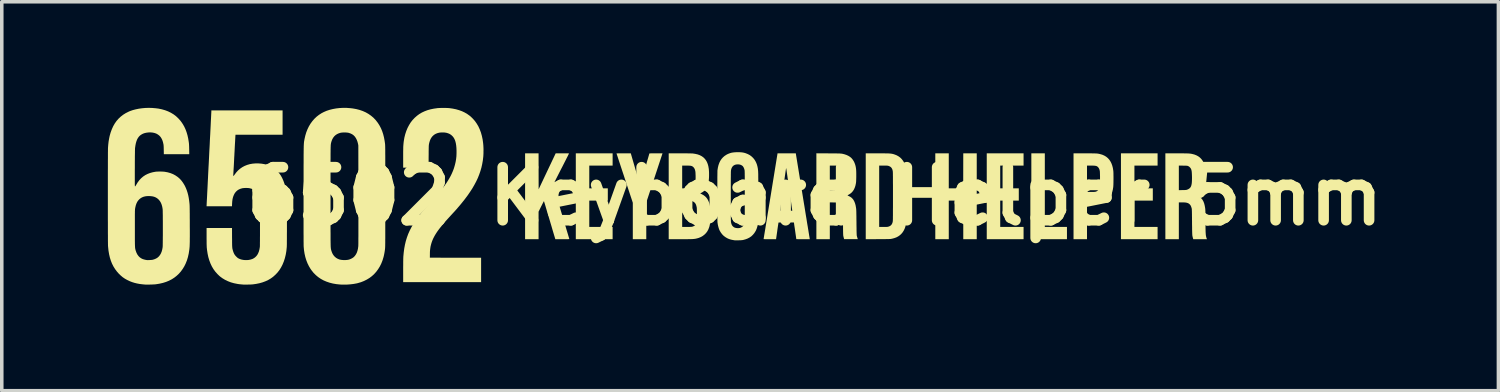
<source format=kicad_pcb>
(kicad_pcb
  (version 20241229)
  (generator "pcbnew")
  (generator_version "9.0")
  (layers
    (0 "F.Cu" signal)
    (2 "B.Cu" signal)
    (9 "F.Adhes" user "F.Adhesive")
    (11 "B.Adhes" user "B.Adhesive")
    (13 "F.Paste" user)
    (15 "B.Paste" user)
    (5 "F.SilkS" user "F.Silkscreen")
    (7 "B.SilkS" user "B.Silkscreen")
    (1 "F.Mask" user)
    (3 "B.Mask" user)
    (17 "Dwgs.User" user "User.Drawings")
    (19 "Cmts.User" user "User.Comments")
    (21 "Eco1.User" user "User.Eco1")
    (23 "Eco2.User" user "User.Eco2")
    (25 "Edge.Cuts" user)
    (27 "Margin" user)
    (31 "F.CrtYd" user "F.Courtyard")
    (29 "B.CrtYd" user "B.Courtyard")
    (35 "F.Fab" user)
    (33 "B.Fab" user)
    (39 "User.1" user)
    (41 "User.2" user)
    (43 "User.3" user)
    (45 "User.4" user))
  (footprint "6502 Keyboard Helper 5mm"
    (layer "F.Cu")
    (at 19.987 2.5)
    (property "Reference" "6502 Keyboard Helper 5mm" (at 0 0 0) (layer "F.SilkS") (effects (font (size 1.5 1.5) (thickness 0.3))))
    (attr board_only exclude_from_pos_files exclude_from_bom)
    (fp_poly (pts (xy 6.509 -0.173) (xy 6.509 0.867) (xy 6.822 0.867) (xy 7.135 0.867) (xy 7.135 1.041) (xy 7.135 1.214) (xy 6.631 1.214) (xy 6.128 1.214) (xy 6.128 0) (xy 6.128 -1.214) (xy 6.318 -1.214) (xy 6.509 -1.214)) (stroke (width 0) (type solid)) (fill yes) (layer "F.SilkS"))
    (fp_poly (pts (xy -5.713 -1.041) (xy -5.713 -0.867) (xy -6.043 -0.867) (xy -6.373 -0.867) (xy -6.373 -0.546) (xy -6.373 -0.224) (xy -6.111 -0.224) (xy -5.849 -0.224) (xy -5.849 -0.051) (xy -5.849 0.123) (xy -6.111 0.123) (xy -6.373 0.123) (xy -6.373 0.495) (xy -6.373 0.867) (xy -6.043 0.867) (xy -5.713 0.867) (xy -5.713 1.041) (xy -5.713 1.214) (xy -6.234 1.214) (xy -6.754 1.214) (xy -6.754 0) (xy -6.754 -1.214) (xy -6.234 -1.214) (xy -5.713 -1.214)) (stroke (width 0) (type solid)) (fill yes) (layer "F.SilkS"))
    (fp_poly (pts (xy 3.793 -0.719) (xy 3.793 -0.224) (xy 3.997 -0.225) (xy 4.201 -0.226) (xy 4.202 -0.72) (xy 4.203 -1.214) (xy 4.393 -1.214) (xy 4.584 -1.214) (xy 4.584 0) (xy 4.584 1.214) (xy 4.393 1.214) (xy 4.203 1.214) (xy 4.203 0.668) (xy 4.203 0.123) (xy 3.998 0.123) (xy 3.793 0.123) (xy 3.793 0.668) (xy 3.793 1.214) (xy 3.602 1.214) (xy 3.412 1.214) (xy 3.412 0) (xy 3.412 -1.214) (xy 3.602 -1.214) (xy 3.793 -1.214)) (stroke (width 0) (type solid)) (fill yes) (layer "F.SilkS"))
    (fp_poly (pts (xy 5.908 -1.041) (xy 5.908 -0.867) (xy 5.578 -0.867) (xy 5.248 -0.867) (xy 5.248 -0.546) (xy 5.248 -0.224) (xy 5.51 -0.224) (xy 5.773 -0.224) (xy 5.773 -0.051) (xy 5.773 0.123) (xy 5.51 0.123) (xy 5.248 0.123) (xy 5.248 0.495) (xy 5.248 0.867) (xy 5.578 0.867) (xy 5.908 0.867) (xy 5.908 1.041) (xy 5.908 1.214) (xy 5.388 1.214) (xy 4.867 1.214) (xy 4.867 0) (xy 4.867 -1.214) (xy 5.388 -1.214) (xy 5.908 -1.214)) (stroke (width 0) (type solid)) (fill yes) (layer "F.SilkS"))
    (fp_poly (pts (xy 9.698 -1.041) (xy 9.698 -0.867) (xy 9.371 -0.867) (xy 9.043 -0.867) (xy 9.043 -0.546) (xy 9.043 -0.224) (xy 9.303 -0.224) (xy 9.563 -0.224) (xy 9.563 -0.051) (xy 9.563 0.123) (xy 9.303 0.123) (xy 9.043 0.123) (xy 9.043 0.495) (xy 9.043 0.867) (xy 9.371 0.867) (xy 9.698 0.867) (xy 9.698 1.041) (xy 9.698 1.214) (xy 9.18 1.214) (xy 8.662 1.214) (xy 8.662 0) (xy 8.662 -1.214) (xy 9.18 -1.214) (xy 9.698 -1.214)) (stroke (width 0) (type solid)) (fill yes) (layer "F.SilkS"))
    (fp_poly (pts (xy -4.531 -0.519) (xy -4.761 0.176) (xy -4.761 0.695) (xy -4.761 1.214) (xy -4.952 1.214) (xy -5.142 1.214) (xy -5.142 0.699) (xy -5.142 0.184) (xy -5.373 -0.514) (xy -5.397 -0.588) (xy -5.421 -0.66) (xy -5.444 -0.729) (xy -5.466 -0.796) (xy -5.487 -0.859) (xy -5.506 -0.918) (xy -5.525 -0.973) (xy -5.541 -1.023) (xy -5.556 -1.069) (xy -5.569 -1.109) (xy -5.58 -1.143) (xy -5.59 -1.171) (xy -5.597 -1.192) (xy -5.601 -1.206) (xy -5.603 -1.212) (xy -5.603 -1.213) (xy -5.599 -1.213) (xy -5.587 -1.213) (xy -5.569 -1.213) (xy -5.544 -1.214) (xy -5.515 -1.214) (xy -5.481 -1.214) (xy -5.443 -1.214) (xy -5.403 -1.214) (xy -5.401 -1.214) (xy -5.199 -1.214) (xy -5.071 -0.772) (xy -5.053 -0.713) (xy -5.037 -0.656) (xy -5.021 -0.601) (xy -5.006 -0.551) (xy -4.992 -0.503) (xy -4.979 -0.461) (xy -4.968 -0.423) (xy -4.959 -0.39) (xy -4.951 -0.364) (xy -4.945 -0.344) (xy -4.941 -0.331) (xy -4.939 -0.325) (xy -4.939 -0.325) (xy -4.935 -0.321) (xy -4.933 -0.322) (xy -4.932 -0.326) (xy -4.928 -0.338) (xy -4.923 -0.357) (xy -4.915 -0.382) (xy -4.906 -0.414) (xy -4.895 -0.451) (xy -4.883 -0.492) (xy -4.869 -0.539) (xy -4.854 -0.589) (xy -4.839 -0.643) (xy -4.822 -0.699) (xy -4.805 -0.758) (xy -4.804 -0.761) (xy -4.787 -0.821) (xy -4.77 -0.877) (xy -4.754 -0.932) (xy -4.74 -0.982) (xy -4.726 -1.029) (xy -4.713 -1.072) (xy -4.702 -1.11) (xy -4.693 -1.142) (xy -4.685 -1.169) (xy -4.68 -1.189) (xy -4.676 -1.201) (xy -4.674 -1.207) (xy -4.674 -1.207) (xy -4.673 -1.209) (xy -4.671 -1.21) (xy -4.667 -1.211) (xy -4.66 -1.212) (xy -4.649 -1.213) (xy -4.634 -1.213) (xy -4.614 -1.214) (xy -4.588 -1.214) (xy -4.556 -1.214) (xy -4.517 -1.214) (xy -4.487 -1.214) (xy -4.302 -1.214)) (stroke (width 0) (type solid)) (fill yes) (layer "F.SilkS"))
    (fp_poly (pts (xy -7.806 -0.706) (xy -7.805 -0.197) (xy -7.564 -0.706) (xy -7.323 -1.214) (xy -7.134 -1.214) (xy -7.095 -1.214) (xy -7.058 -1.214) (xy -7.025 -1.214) (xy -6.997 -1.214) (xy -6.974 -1.213) (xy -6.957 -1.213) (xy -6.947 -1.213) (xy -6.944 -1.212) (xy -6.946 -1.208) (xy -6.952 -1.197) (xy -6.961 -1.18) (xy -6.973 -1.156) (xy -6.987 -1.127) (xy -7.005 -1.092) (xy -7.025 -1.053) (xy -7.047 -1.009) (xy -7.071 -0.962) (xy -7.097 -0.911) (xy -7.124 -0.857) (xy -7.153 -0.801) (xy -7.171 -0.767) (xy -7.397 -0.323) (xy -7.168 0.438) (xy -7.145 0.516) (xy -7.122 0.592) (xy -7.1 0.665) (xy -7.079 0.736) (xy -7.059 0.803) (xy -7.04 0.866) (xy -7.022 0.926) (xy -7.006 0.98) (xy -6.991 1.03) (xy -6.977 1.075) (xy -6.966 1.113) (xy -6.956 1.146) (xy -6.948 1.172) (xy -6.942 1.191) (xy -6.939 1.203) (xy -6.938 1.207) (xy -6.938 1.208) (xy -6.939 1.21) (xy -6.942 1.211) (xy -6.948 1.212) (xy -6.957 1.213) (xy -6.971 1.213) (xy -6.989 1.214) (xy -7.013 1.214) (xy -7.043 1.214) (xy -7.081 1.214) (xy -7.125 1.214) (xy -7.134 1.214) (xy -7.333 1.214) (xy -7.339 1.194) (xy -7.374 1.078) (xy -7.407 0.968) (xy -7.437 0.864) (xy -7.466 0.767) (xy -7.493 0.676) (xy -7.518 0.592) (xy -7.542 0.514) (xy -7.563 0.444) (xy -7.582 0.38) (xy -7.599 0.323) (xy -7.613 0.274) (xy -7.626 0.232) (xy -7.636 0.198) (xy -7.645 0.171) (xy -7.65 0.153) (xy -7.654 0.142) (xy -7.655 0.138) (xy -7.657 0.141) (xy -7.663 0.151) (xy -7.672 0.167) (xy -7.683 0.188) (xy -7.696 0.213) (xy -7.711 0.243) (xy -7.727 0.275) (xy -7.733 0.286) (xy -7.807 0.436) (xy -7.807 0.825) (xy -7.807 1.214) (xy -7.998 1.214) (xy -8.188 1.214) (xy -8.188 0) (xy -8.188 -1.214) (xy -7.998 -1.214) (xy -7.807 -1.214)) (stroke (width 0) (type solid)) (fill yes) (layer "F.SilkS"))
    (fp_poly (pts (xy 7.633 -1.214) (xy 7.696 -1.214) (xy 7.752 -1.214) (xy 7.801 -1.214) (xy 7.843 -1.213) (xy 7.879 -1.213) (xy 7.91 -1.212) (xy 7.937 -1.211) (xy 7.961 -1.21) (xy 7.981 -1.209) (xy 7.999 -1.207) (xy 8.015 -1.205) (xy 8.03 -1.202) (xy 8.045 -1.199) (xy 8.061 -1.196) (xy 8.071 -1.193) (xy 8.134 -1.175) (xy 8.191 -1.15) (xy 8.243 -1.119) (xy 8.288 -1.082) (xy 8.329 -1.038) (xy 8.363 -0.988) (xy 8.392 -0.932) (xy 8.415 -0.87) (xy 8.433 -0.801) (xy 8.445 -0.726) (xy 8.446 -0.714) (xy 8.448 -0.695) (xy 8.449 -0.669) (xy 8.45 -0.638) (xy 8.45 -0.601) (xy 8.451 -0.561) (xy 8.451 -0.519) (xy 8.451 -0.476) (xy 8.45 -0.433) (xy 8.45 -0.392) (xy 8.449 -0.354) (xy 8.448 -0.32) (xy 8.446 -0.291) (xy 8.445 -0.268) (xy 8.444 -0.26) (xy 8.432 -0.186) (xy 8.415 -0.118) (xy 8.392 -0.056) (xy 8.363 -0.001) (xy 8.328 0.049) (xy 8.288 0.092) (xy 8.242 0.129) (xy 8.191 0.16) (xy 8.186 0.162) (xy 8.153 0.177) (xy 8.121 0.19) (xy 8.088 0.2) (xy 8.053 0.209) (xy 8.015 0.215) (xy 7.973 0.219) (xy 7.926 0.222) (xy 7.872 0.224) (xy 7.821 0.224) (xy 7.702 0.224) (xy 7.702 0.719) (xy 7.702 1.214) (xy 7.511 1.214) (xy 7.321 1.214) (xy 7.321 0) (xy 7.321 -0.495) (xy 7.702 -0.495) (xy 7.702 -0.123) (xy 7.813 -0.123) (xy 7.848 -0.123) (xy 7.875 -0.123) (xy 7.897 -0.123) (xy 7.913 -0.124) (xy 7.926 -0.125) (xy 7.936 -0.127) (xy 7.946 -0.129) (xy 7.952 -0.131) (xy 7.984 -0.144) (xy 8.011 -0.162) (xy 8.031 -0.185) (xy 8.047 -0.214) (xy 8.059 -0.25) (xy 8.064 -0.272) (xy 8.065 -0.286) (xy 8.067 -0.308) (xy 8.068 -0.336) (xy 8.069 -0.369) (xy 8.07 -0.406) (xy 8.07 -0.445) (xy 8.07 -0.486) (xy 8.07 -0.527) (xy 8.07 -0.567) (xy 8.069 -0.605) (xy 8.068 -0.64) (xy 8.067 -0.67) (xy 8.066 -0.695) (xy 8.064 -0.713) (xy 8.063 -0.719) (xy 8.053 -0.759) (xy 8.038 -0.792) (xy 8.018 -0.819) (xy 8.018 -0.82) (xy 8.005 -0.832) (xy 7.991 -0.843) (xy 7.977 -0.851) (xy 7.96 -0.857) (xy 7.94 -0.861) (xy 7.916 -0.864) (xy 7.886 -0.866) (xy 7.85 -0.867) (xy 7.81 -0.867) (xy 7.702 -0.867) (xy 7.702 -0.495) (xy 7.321 -0.495) (xy 7.321 -1.214)) (stroke (width 0) (type solid)) (fill yes) (layer "F.SilkS"))
    (fp_poly (pts (xy 1.833 -1.214) (xy 1.892 -1.214) (xy 1.944 -1.214) (xy 1.99 -1.213) (xy 2.03 -1.213) (xy 2.064 -1.212) (xy 2.094 -1.211) (xy 2.12 -1.209) (xy 2.143 -1.207) (xy 2.163 -1.205) (xy 2.182 -1.202) (xy 2.199 -1.199) (xy 2.215 -1.195) (xy 2.231 -1.191) (xy 2.248 -1.185) (xy 2.259 -1.182) (xy 2.318 -1.159) (xy 2.372 -1.129) (xy 2.421 -1.093) (xy 2.463 -1.051) (xy 2.5 -1.003) (xy 2.529 -0.954) (xy 2.549 -0.907) (xy 2.566 -0.853) (xy 2.58 -0.795) (xy 2.59 -0.733) (xy 2.591 -0.726) (xy 2.592 -0.716) (xy 2.592 -0.699) (xy 2.593 -0.674) (xy 2.593 -0.643) (xy 2.593 -0.606) (xy 2.594 -0.562) (xy 2.594 -0.514) (xy 2.594 -0.461) (xy 2.595 -0.404) (xy 2.595 -0.344) (xy 2.595 -0.281) (xy 2.595 -0.215) (xy 2.595 -0.148) (xy 2.595 -0.079) (xy 2.595 -0.01) (xy 2.595 0.059) (xy 2.595 0.128) (xy 2.595 0.195) (xy 2.595 0.261) (xy 2.595 0.325) (xy 2.595 0.387) (xy 2.595 0.445) (xy 2.594 0.499) (xy 2.594 0.548) (xy 2.594 0.593) (xy 2.593 0.633) (xy 2.593 0.666) (xy 2.592 0.692) (xy 2.592 0.712) (xy 2.591 0.724) (xy 2.591 0.726) (xy 2.58 0.797) (xy 2.565 0.861) (xy 2.544 0.92) (xy 2.518 0.973) (xy 2.487 1.021) (xy 2.45 1.065) (xy 2.449 1.066) (xy 2.407 1.104) (xy 2.361 1.136) (xy 2.309 1.163) (xy 2.251 1.184) (xy 2.187 1.201) (xy 2.179 1.202) (xy 2.17 1.204) (xy 2.162 1.205) (xy 2.153 1.207) (xy 2.142 1.208) (xy 2.131 1.209) (xy 2.117 1.209) (xy 2.1 1.21) (xy 2.079 1.211) (xy 2.054 1.211) (xy 2.025 1.211) (xy 1.99 1.212) (xy 1.949 1.212) (xy 1.902 1.212) (xy 1.847 1.213) (xy 1.788 1.213) (xy 1.445 1.215) (xy 1.445 0.000207) (xy 1.445 0) (xy 1.825 0) (xy 1.825 0.867) (xy 1.944 0.867) (xy 1.979 0.867) (xy 2.008 0.867) (xy 2.03 0.867) (xy 2.047 0.866) (xy 2.061 0.865) (xy 2.071 0.863) (xy 2.08 0.861) (xy 2.087 0.859) (xy 2.123 0.845) (xy 2.152 0.826) (xy 2.175 0.801) (xy 2.192 0.771) (xy 2.205 0.734) (xy 2.208 0.717) (xy 2.209 0.712) (xy 2.21 0.705) (xy 2.211 0.696) (xy 2.211 0.685) (xy 2.212 0.672) (xy 2.212 0.655) (xy 2.213 0.635) (xy 2.213 0.612) (xy 2.213 0.584) (xy 2.214 0.551) (xy 2.214 0.514) (xy 2.214 0.471) (xy 2.214 0.422) (xy 2.214 0.367) (xy 2.215 0.305) (xy 2.215 0.237) (xy 2.215 0.161) (xy 2.215 0.078) (xy 2.215 0) (xy 2.215 -0.09) (xy 2.215 -0.173) (xy 2.215 -0.247) (xy 2.215 -0.315) (xy 2.214 -0.375) (xy 2.214 -0.429) (xy 2.214 -0.477) (xy 2.214 -0.519) (xy 2.214 -0.556) (xy 2.213 -0.588) (xy 2.213 -0.615) (xy 2.213 -0.639) (xy 2.212 -0.658) (xy 2.212 -0.674) (xy 2.211 -0.687) (xy 2.21 -0.698) (xy 2.21 -0.706) (xy 2.209 -0.712) (xy 2.208 -0.717) (xy 2.198 -0.757) (xy 2.182 -0.79) (xy 2.162 -0.817) (xy 2.135 -0.838) (xy 2.102 -0.854) (xy 2.087 -0.859) (xy 2.079 -0.862) (xy 2.069 -0.864) (xy 2.058 -0.865) (xy 2.045 -0.866) (xy 2.026 -0.867) (xy 2.003 -0.867) (xy 1.974 -0.867) (xy 1.944 -0.867) (xy 1.825 -0.867) (xy 1.825 0) (xy 1.445 0) (xy 1.445 -1.214) (xy 1.765 -1.214)) (stroke (width 0) (type solid)) (fill yes) (layer "F.SilkS"))
    (fp_poly (pts (xy -0.337 -0.01) (xy -0.321 0.09) (xy -0.305 0.188) (xy -0.289 0.283) (xy -0.274 0.376) (xy -0.26 0.465) (xy -0.246 0.551) (xy -0.232 0.633) (xy -0.22 0.711) (xy -0.208 0.785) (xy -0.196 0.853) (xy -0.186 0.917) (xy -0.176 0.975) (xy -0.168 1.028) (xy -0.16 1.074) (xy -0.154 1.114) (xy -0.148 1.147) (xy -0.144 1.173) (xy -0.141 1.191) (xy -0.139 1.202) (xy -0.139 1.205) (xy -0.137 1.214) (xy -0.327 1.214) (xy -0.367 1.214) (xy -0.403 1.214) (xy -0.436 1.214) (xy -0.465 1.214) (xy -0.488 1.213) (xy -0.505 1.213) (xy -0.516 1.213) (xy -0.518 1.212) (xy -0.519 1.208) (xy -0.521 1.196) (xy -0.523 1.177) (xy -0.527 1.152) (xy -0.531 1.122) (xy -0.536 1.087) (xy -0.542 1.048) (xy -0.548 1.006) (xy -0.552 0.977) (xy -0.558 0.934) (xy -0.564 0.893) (xy -0.57 0.855) (xy -0.575 0.822) (xy -0.579 0.793) (xy -0.582 0.77) (xy -0.584 0.754) (xy -0.586 0.744) (xy -0.586 0.742) (xy -0.59 0.742) (xy -0.602 0.741) (xy -0.62 0.741) (xy -0.645 0.741) (xy -0.675 0.741) (xy -0.71 0.741) (xy -0.748 0.74) (xy -0.789 0.74) (xy -0.804 0.74) (xy -0.852 0.74) (xy -0.893 0.74) (xy -0.927 0.741) (xy -0.954 0.741) (xy -0.975 0.741) (xy -0.992 0.742) (xy -1.004 0.742) (xy -1.013 0.743) (xy -1.018 0.744) (xy -1.021 0.745) (xy -1.023 0.747) (xy -1.023 0.748) (xy -1.024 0.753) (xy -1.026 0.766) (xy -1.029 0.786) (xy -1.033 0.812) (xy -1.038 0.843) (xy -1.043 0.879) (xy -1.049 0.918) (xy -1.055 0.96) (xy -1.058 0.985) (xy -1.091 1.214) (xy -1.268 1.214) (xy -1.312 1.214) (xy -1.347 1.214) (xy -1.376 1.214) (xy -1.398 1.214) (xy -1.415 1.213) (xy -1.427 1.213) (xy -1.436 1.212) (xy -1.441 1.211) (xy -1.443 1.209) (xy -1.443 1.208) (xy -1.443 1.207) (xy -1.442 1.202) (xy -1.44 1.189) (xy -1.437 1.169) (xy -1.432 1.141) (xy -1.427 1.106) (xy -1.42 1.065) (xy -1.412 1.017) (xy -1.403 0.963) (xy -1.393 0.903) (xy -1.383 0.838) (xy -1.371 0.768) (xy -1.359 0.693) (xy -1.346 0.614) (xy -1.333 0.531) (xy -1.319 0.444) (xy -1.312 0.403) (xy -0.975 0.403) (xy -0.975 0.405) (xy -0.973 0.406) (xy -0.969 0.408) (xy -0.962 0.408) (xy -0.952 0.409) (xy -0.937 0.41) (xy -0.916 0.41) (xy -0.89 0.41) (xy -0.858 0.41) (xy -0.817 0.41) (xy -0.803 0.41) (xy -0.632 0.41) (xy -0.634 0.397) (xy -0.635 0.391) (xy -0.637 0.377) (xy -0.64 0.356) (xy -0.644 0.328) (xy -0.649 0.294) (xy -0.655 0.253) (xy -0.661 0.208) (xy -0.668 0.157) (xy -0.676 0.102) (xy -0.684 0.043) (xy -0.693 -0.02) (xy -0.703 -0.086) (xy -0.712 -0.154) (xy -0.719 -0.203) (xy -0.729 -0.272) (xy -0.739 -0.339) (xy -0.748 -0.404) (xy -0.756 -0.465) (xy -0.765 -0.522) (xy -0.772 -0.575) (xy -0.779 -0.623) (xy -0.785 -0.666) (xy -0.791 -0.704) (xy -0.795 -0.735) (xy -0.799 -0.76) (xy -0.802 -0.778) (xy -0.803 -0.788) (xy -0.804 -0.791) (xy -0.808 -0.79) (xy -0.809 -0.79) (xy -0.809 -0.786) (xy -0.811 -0.773) (xy -0.814 -0.754) (xy -0.818 -0.728) (xy -0.823 -0.696) (xy -0.828 -0.658) (xy -0.834 -0.616) (xy -0.841 -0.569) (xy -0.848 -0.518) (xy -0.855 -0.464) (xy -0.863 -0.408) (xy -0.872 -0.349) (xy -0.88 -0.289) (xy -0.889 -0.228) (xy -0.897 -0.167) (xy -0.906 -0.106) (xy -0.914 -0.046) (xy -0.922 0.013) (xy -0.93 0.07) (xy -0.938 0.124) (xy -0.945 0.175) (xy -0.951 0.223) (xy -0.957 0.266) (xy -0.962 0.304) (xy -0.967 0.337) (xy -0.97 0.364) (xy -0.973 0.384) (xy -0.975 0.398) (xy -0.975 0.403) (xy -1.312 0.403) (xy -1.304 0.354) (xy -1.289 0.261) (xy -1.273 0.165) (xy -1.257 0.067) (xy -1.245 -0.007) (xy -1.049 -1.214) (xy -0.791 -1.214) (xy -0.533 -1.214)) (stroke (width 0) (type solid)) (fill yes) (layer "F.SilkS"))
    (fp_poly (pts (xy 10.296 -1.214) (xy 10.353 -1.214) (xy 10.402 -1.214) (xy 10.446 -1.213) (xy 10.483 -1.213) (xy 10.516 -1.212) (xy 10.544 -1.211) (xy 10.568 -1.21) (xy 10.589 -1.209) (xy 10.608 -1.207) (xy 10.625 -1.205) (xy 10.641 -1.203) (xy 10.657 -1.2) (xy 10.672 -1.197) (xy 10.736 -1.181) (xy 10.795 -1.158) (xy 10.847 -1.13) (xy 10.893 -1.096) (xy 10.933 -1.056) (xy 10.967 -1.011) (xy 10.995 -0.959) (xy 11.016 -0.901) (xy 11.025 -0.871) (xy 11.03 -0.853) (xy 11.034 -0.836) (xy 11.037 -0.819) (xy 11.039 -0.803) (xy 11.041 -0.786) (xy 11.043 -0.766) (xy 11.044 -0.743) (xy 11.045 -0.716) (xy 11.046 -0.683) (xy 11.046 -0.643) (xy 11.047 -0.606) (xy 11.047 -0.561) (xy 11.047 -0.523) (xy 11.048 -0.492) (xy 11.047 -0.466) (xy 11.047 -0.445) (xy 11.046 -0.427) (xy 11.045 -0.411) (xy 11.044 -0.397) (xy 11.042 -0.384) (xy 11.034 -0.337) (xy 11.024 -0.295) (xy 11.012 -0.258) (xy 11.003 -0.233) (xy 10.978 -0.182) (xy 10.948 -0.138) (xy 10.913 -0.101) (xy 10.873 -0.068) (xy 10.833 -0.044) (xy 10.819 -0.036) (xy 10.807 -0.03) (xy 10.801 -0.025) (xy 10.801 -0.024) (xy 10.804 -0.021) (xy 10.814 -0.016) (xy 10.828 -0.01) (xy 10.835 -0.007) (xy 10.876 0.013) (xy 10.913 0.039) (xy 10.945 0.07) (xy 10.972 0.107) (xy 10.995 0.15) (xy 11.014 0.199) (xy 11.029 0.256) (xy 11.041 0.32) (xy 11.046 0.358) (xy 11.047 0.373) (xy 11.048 0.39) (xy 11.049 0.41) (xy 11.05 0.433) (xy 11.051 0.46) (xy 11.051 0.492) (xy 11.052 0.529) (xy 11.052 0.573) (xy 11.052 0.624) (xy 11.052 0.682) (xy 11.052 0.754) (xy 11.053 0.817) (xy 11.053 0.874) (xy 11.054 0.923) (xy 11.055 0.967) (xy 11.056 1.005) (xy 11.058 1.038) (xy 11.06 1.067) (xy 11.062 1.093) (xy 11.065 1.115) (xy 11.069 1.134) (xy 11.073 1.151) (xy 11.077 1.168) (xy 11.082 1.183) (xy 11.084 1.187) (xy 11.094 1.214) (xy 10.9 1.214) (xy 10.707 1.214) (xy 10.702 1.198) (xy 10.691 1.158) (xy 10.683 1.122) (xy 10.679 1.096) (xy 10.679 1.085) (xy 10.678 1.067) (xy 10.677 1.041) (xy 10.676 1.009) (xy 10.675 0.97) (xy 10.674 0.926) (xy 10.674 0.877) (xy 10.673 0.824) (xy 10.672 0.766) (xy 10.672 0.713) (xy 10.671 0.65) (xy 10.671 0.596) (xy 10.67 0.549) (xy 10.67 0.508) (xy 10.669 0.474) (xy 10.669 0.445) (xy 10.668 0.42) (xy 10.667 0.401) (xy 10.667 0.384) (xy 10.666 0.371) (xy 10.665 0.361) (xy 10.664 0.352) (xy 10.663 0.345) (xy 10.661 0.338) (xy 10.66 0.332) (xy 10.659 0.331) (xy 10.646 0.291) (xy 10.63 0.257) (xy 10.609 0.231) (xy 10.584 0.21) (xy 10.564 0.198) (xy 10.545 0.19) (xy 10.524 0.184) (xy 10.502 0.179) (xy 10.475 0.176) (xy 10.444 0.174) (xy 10.406 0.174) (xy 10.386 0.173) (xy 10.299 0.173) (xy 10.299 0.694) (xy 10.299 1.214) (xy 10.109 1.214) (xy 9.918 1.214) (xy 9.918 0) (xy 9.918 -0.52) (xy 10.299 -0.52) (xy 10.299 -0.172) (xy 10.402 -0.175) (xy 10.437 -0.175) (xy 10.464 -0.176) (xy 10.486 -0.177) (xy 10.502 -0.179) (xy 10.515 -0.181) (xy 10.525 -0.183) (xy 10.528 -0.184) (xy 10.565 -0.2) (xy 10.597 -0.22) (xy 10.623 -0.246) (xy 10.632 -0.259) (xy 10.643 -0.28) (xy 10.652 -0.306) (xy 10.659 -0.336) (xy 10.665 -0.372) (xy 10.668 -0.414) (xy 10.67 -0.463) (xy 10.671 -0.519) (xy 10.67 -0.573) (xy 10.668 -0.622) (xy 10.666 -0.663) (xy 10.663 -0.698) (xy 10.658 -0.727) (xy 10.652 -0.752) (xy 10.644 -0.772) (xy 10.634 -0.79) (xy 10.622 -0.806) (xy 10.61 -0.819) (xy 10.59 -0.838) (xy 10.569 -0.85) (xy 10.559 -0.855) (xy 10.551 -0.858) (xy 10.544 -0.86) (xy 10.535 -0.862) (xy 10.525 -0.863) (xy 10.511 -0.864) (xy 10.493 -0.865) (xy 10.47 -0.866) (xy 10.44 -0.866) (xy 10.417 -0.866) (xy 10.299 -0.868) (xy 10.299 -0.52) (xy 9.918 -0.52) (xy 9.918 -1.214) (xy 10.231 -1.214)) (stroke (width 0) (type solid)) (fill yes) (layer "F.SilkS"))
    (fp_poly (pts (xy -3.749 -1.214) (xy -3.693 -1.214) (xy -3.64 -1.214) (xy -3.593 -1.213) (xy -3.551 -1.213) (xy -3.515 -1.212) (xy -3.486 -1.211) (xy -3.465 -1.211) (xy -3.451 -1.21) (xy -3.449 -1.21) (xy -3.377 -1.199) (xy -3.311 -1.184) (xy -3.252 -1.163) (xy -3.199 -1.136) (xy -3.152 -1.104) (xy -3.112 -1.066) (xy -3.077 -1.022) (xy -3.048 -0.972) (xy -3.025 -0.916) (xy -3.007 -0.854) (xy -2.995 -0.785) (xy -2.993 -0.774) (xy -2.99 -0.733) (xy -2.987 -0.687) (xy -2.986 -0.638) (xy -2.986 -0.588) (xy -2.987 -0.538) (xy -2.99 -0.49) (xy -2.994 -0.447) (xy -2.999 -0.409) (xy -3.001 -0.393) (xy -3.016 -0.332) (xy -3.036 -0.277) (xy -3.062 -0.228) (xy -3.092 -0.186) (xy -3.128 -0.149) (xy -3.149 -0.132) (xy -3.167 -0.119) (xy -3.187 -0.107) (xy -3.204 -0.097) (xy -3.208 -0.095) (xy -3.221 -0.089) (xy -3.23 -0.084) (xy -3.234 -0.081) (xy -3.234 -0.081) (xy -3.231 -0.078) (xy -3.221 -0.073) (xy -3.206 -0.065) (xy -3.189 -0.057) (xy -3.141 -0.03) (xy -3.099 0.001) (xy -3.064 0.036) (xy -3.033 0.078) (xy -3.008 0.124) (xy -2.995 0.154) (xy -2.984 0.182) (xy -2.974 0.211) (xy -2.967 0.242) (xy -2.961 0.275) (xy -2.956 0.312) (xy -2.952 0.353) (xy -2.95 0.401) (xy -2.948 0.455) (xy -2.948 0.478) (xy -2.947 0.546) (xy -2.948 0.607) (xy -2.949 0.661) (xy -2.952 0.709) (xy -2.956 0.752) (xy -2.962 0.791) (xy -2.969 0.826) (xy -2.977 0.86) (xy -2.983 0.878) (xy -3.006 0.938) (xy -3.036 0.993) (xy -3.072 1.041) (xy -3.115 1.084) (xy -3.163 1.121) (xy -3.217 1.152) (xy -3.276 1.177) (xy -3.325 1.191) (xy -3.341 1.195) (xy -3.357 1.198) (xy -3.372 1.202) (xy -3.388 1.204) (xy -3.405 1.206) (xy -3.424 1.208) (xy -3.446 1.21) (xy -3.47 1.211) (xy -3.499 1.212) (xy -3.532 1.213) (xy -3.57 1.213) (xy -3.613 1.214) (xy -3.663 1.214) (xy -3.72 1.214) (xy -3.785 1.214) (xy -3.798 1.214) (xy -4.127 1.214) (xy -4.127 0.495) (xy -3.746 0.495) (xy -3.746 0.867) (xy -3.617 0.867) (xy -3.577 0.867) (xy -3.546 0.867) (xy -3.521 0.866) (xy -3.501 0.866) (xy -3.485 0.864) (xy -3.473 0.863) (xy -3.463 0.861) (xy -3.461 0.861) (xy -3.427 0.849) (xy -3.399 0.833) (xy -3.377 0.812) (xy -3.359 0.786) (xy -3.345 0.753) (xy -3.337 0.723) (xy -3.335 0.715) (xy -3.334 0.705) (xy -3.333 0.693) (xy -3.332 0.679) (xy -3.331 0.662) (xy -3.33 0.64) (xy -3.33 0.612) (xy -3.33 0.579) (xy -3.33 0.538) (xy -3.33 0.514) (xy -3.33 0.47) (xy -3.33 0.433) (xy -3.33 0.403) (xy -3.331 0.379) (xy -3.331 0.359) (xy -3.332 0.344) (xy -3.333 0.33) (xy -3.334 0.319) (xy -3.336 0.308) (xy -3.338 0.298) (xy -3.339 0.295) (xy -3.35 0.253) (xy -3.365 0.217) (xy -3.385 0.189) (xy -3.409 0.166) (xy -3.438 0.148) (xy -3.474 0.135) (xy -3.487 0.131) (xy -3.498 0.128) (xy -3.509 0.126) (xy -3.522 0.125) (xy -3.538 0.124) (xy -3.557 0.123) (xy -3.583 0.123) (xy -3.614 0.123) (xy -3.633 0.123) (xy -3.746 0.123) (xy -3.746 0.495) (xy -4.127 0.495) (xy -4.127 0) (xy -4.127 -0.545) (xy -3.746 -0.545) (xy -3.746 -0.223) (xy -3.644 -0.225) (xy -3.606 -0.226) (xy -3.577 -0.228) (xy -3.553 -0.229) (xy -3.535 -0.231) (xy -3.522 -0.233) (xy -3.516 -0.235) (xy -3.485 -0.245) (xy -3.46 -0.257) (xy -3.437 -0.274) (xy -3.434 -0.278) (xy -3.414 -0.298) (xy -3.399 -0.321) (xy -3.387 -0.348) (xy -3.378 -0.38) (xy -3.372 -0.419) (xy -3.369 -0.448) (xy -3.367 -0.477) (xy -3.366 -0.51) (xy -3.366 -0.546) (xy -3.366 -0.583) (xy -3.368 -0.619) (xy -3.369 -0.653) (xy -3.371 -0.682) (xy -3.374 -0.706) (xy -3.376 -0.717) (xy -3.387 -0.757) (xy -3.403 -0.791) (xy -3.423 -0.818) (xy -3.447 -0.839) (xy -3.458 -0.846) (xy -3.471 -0.852) (xy -3.484 -0.857) (xy -3.498 -0.861) (xy -3.514 -0.863) (xy -3.534 -0.865) (xy -3.559 -0.866) (xy -3.589 -0.867) (xy -3.627 -0.867) (xy -3.635 -0.867) (xy -3.746 -0.867) (xy -3.746 -0.545) (xy -4.127 -0.545) (xy -4.127 -1.214) (xy -3.81 -1.214)) (stroke (width 0) (type solid)) (fill yes) (layer "F.SilkS"))
    (fp_poly (pts (xy 0.386 -1.213) (xy 0.45 -1.213) (xy 0.506 -1.213) (xy 0.555 -1.212) (xy 0.597 -1.212) (xy 0.634 -1.211) (xy 0.665 -1.211) (xy 0.692 -1.21) (xy 0.715 -1.209) (xy 0.735 -1.207) (xy 0.752 -1.206) (xy 0.767 -1.204) (xy 0.781 -1.202) (xy 0.794 -1.199) (xy 0.808 -1.196) (xy 0.822 -1.192) (xy 0.837 -1.189) (xy 0.897 -1.169) (xy 0.95 -1.145) (xy 0.997 -1.116) (xy 1.038 -1.082) (xy 1.073 -1.041) (xy 1.103 -0.995) (xy 1.113 -0.977) (xy 1.128 -0.944) (xy 1.141 -0.91) (xy 1.152 -0.875) (xy 1.161 -0.837) (xy 1.168 -0.797) (xy 1.173 -0.752) (xy 1.176 -0.702) (xy 1.177 -0.646) (xy 1.177 -0.583) (xy 1.177 -0.542) (xy 1.176 -0.5) (xy 1.175 -0.466) (xy 1.174 -0.438) (xy 1.173 -0.415) (xy 1.171 -0.395) (xy 1.169 -0.377) (xy 1.166 -0.361) (xy 1.166 -0.36) (xy 1.152 -0.295) (xy 1.132 -0.237) (xy 1.108 -0.186) (xy 1.078 -0.141) (xy 1.043 -0.102) (xy 1.002 -0.069) (xy 0.959 -0.043) (xy 0.945 -0.036) (xy 0.935 -0.029) (xy 0.93 -0.025) (xy 0.93 -0.024) (xy 0.934 -0.021) (xy 0.944 -0.016) (xy 0.958 -0.009) (xy 0.965 -0.006) (xy 1.006 0.015) (xy 1.042 0.04) (xy 1.073 0.071) (xy 1.1 0.107) (xy 1.122 0.148) (xy 1.141 0.196) (xy 1.157 0.251) (xy 1.168 0.313) (xy 1.172 0.341) (xy 1.174 0.352) (xy 1.175 0.365) (xy 1.176 0.381) (xy 1.177 0.401) (xy 1.178 0.425) (xy 1.179 0.453) (xy 1.179 0.486) (xy 1.18 0.525) (xy 1.181 0.57) (xy 1.181 0.622) (xy 1.182 0.681) (xy 1.183 0.738) (xy 1.183 0.799) (xy 1.184 0.856) (xy 1.185 0.909) (xy 1.185 0.956) (xy 1.186 0.998) (xy 1.187 1.034) (xy 1.188 1.064) (xy 1.189 1.086) (xy 1.19 1.101) (xy 1.19 1.108) (xy 1.196 1.134) (xy 1.204 1.161) (xy 1.211 1.186) (xy 1.214 1.194) (xy 1.218 1.205) (xy 1.22 1.211) (xy 1.221 1.212) (xy 1.216 1.213) (xy 1.205 1.213) (xy 1.186 1.213) (xy 1.162 1.213) (xy 1.132 1.213) (xy 1.098 1.213) (xy 1.061 1.213) (xy 1.027 1.213) (xy 0.834 1.212) (xy 0.828 1.193) (xy 0.825 1.18) (xy 0.82 1.162) (xy 0.815 1.142) (xy 0.814 1.136) (xy 0.812 1.129) (xy 0.811 1.122) (xy 0.809 1.114) (xy 0.808 1.105) (xy 0.807 1.093) (xy 0.807 1.08) (xy 0.806 1.063) (xy 0.805 1.043) (xy 0.805 1.018) (xy 0.804 0.989) (xy 0.804 0.954) (xy 0.803 0.913) (xy 0.803 0.866) (xy 0.802 0.811) (xy 0.802 0.749) (xy 0.802 0.74) (xy 0.801 0.677) (xy 0.801 0.621) (xy 0.8 0.573) (xy 0.8 0.531) (xy 0.799 0.496) (xy 0.799 0.465) (xy 0.798 0.44) (xy 0.797 0.419) (xy 0.797 0.402) (xy 0.796 0.388) (xy 0.795 0.377) (xy 0.794 0.367) (xy 0.793 0.359) (xy 0.791 0.351) (xy 0.79 0.344) (xy 0.79 0.343) (xy 0.777 0.299) (xy 0.76 0.263) (xy 0.739 0.233) (xy 0.714 0.211) (xy 0.693 0.199) (xy 0.679 0.192) (xy 0.665 0.187) (xy 0.651 0.183) (xy 0.634 0.18) (xy 0.614 0.178) (xy 0.59 0.176) (xy 0.559 0.175) (xy 0.53 0.175) (xy 0.429 0.173) (xy 0.429 0.693) (xy 0.429 1.214) (xy 0.239 1.214) (xy 0.049 1.214) (xy 0.049 -0.000211) (xy 0.049 -0.52) (xy 0.429 -0.52) (xy 0.429 -0.172) (xy 0.53 -0.175) (xy 0.568 -0.176) (xy 0.599 -0.177) (xy 0.623 -0.179) (xy 0.64 -0.181) (xy 0.652 -0.183) (xy 0.652 -0.183) (xy 0.689 -0.197) (xy 0.72 -0.216) (xy 0.745 -0.24) (xy 0.766 -0.271) (xy 0.782 -0.309) (xy 0.782 -0.31) (xy 0.787 -0.327) (xy 0.79 -0.349) (xy 0.793 -0.376) (xy 0.795 -0.409) (xy 0.796 -0.448) (xy 0.797 -0.495) (xy 0.796 -0.549) (xy 0.796 -0.557) (xy 0.796 -0.598) (xy 0.795 -0.631) (xy 0.794 -0.658) (xy 0.793 -0.68) (xy 0.791 -0.697) (xy 0.789 -0.711) (xy 0.787 -0.723) (xy 0.787 -0.723) (xy 0.775 -0.763) (xy 0.759 -0.796) (xy 0.738 -0.822) (xy 0.713 -0.841) (xy 0.709 -0.844) (xy 0.695 -0.85) (xy 0.683 -0.856) (xy 0.67 -0.86) (xy 0.655 -0.863) (xy 0.636 -0.865) (xy 0.614 -0.866) (xy 0.586 -0.867) (xy 0.551 -0.867) (xy 0.536 -0.867) (xy 0.429 -0.867) (xy 0.429 -0.52) (xy 0.049 -0.52) (xy 0.049 -1.215)) (stroke (width 0) (type solid)) (fill yes) (layer "F.SilkS"))
    (fp_poly (pts (xy -10.458 -2.497) (xy -10.42 -2.497) (xy -10.386 -2.496) (xy -10.357 -2.494) (xy -10.337 -2.493) (xy -10.237 -2.479) (xy -10.143 -2.46) (xy -10.056 -2.435) (xy -9.973 -2.405) (xy -9.897 -2.369) (xy -9.825 -2.327) (xy -9.758 -2.279) (xy -9.747 -2.271) (xy -9.731 -2.257) (xy -9.712 -2.24) (xy -9.692 -2.22) (xy -9.672 -2.201) (xy -9.667 -2.195) (xy -9.609 -2.13) (xy -9.558 -2.058) (xy -9.512 -1.981) (xy -9.473 -1.897) (xy -9.439 -1.808) (xy -9.412 -1.713) (xy -9.39 -1.612) (xy -9.375 -1.505) (xy -9.369 -1.439) (xy -9.367 -1.403) (xy -9.365 -1.361) (xy -9.364 -1.315) (xy -9.365 -1.268) (xy -9.365 -1.221) (xy -9.367 -1.177) (xy -9.369 -1.138) (xy -9.371 -1.115) (xy -9.383 -1.012) (xy -9.401 -0.91) (xy -9.423 -0.811) (xy -9.452 -0.712) (xy -9.486 -0.614) (xy -9.525 -0.516) (xy -9.571 -0.418) (xy -9.624 -0.319) (xy -9.682 -0.219) (xy -9.748 -0.118) (xy -9.82 -0.014) (xy -9.9 0.092) (xy -9.987 0.201) (xy -10.02 0.241) (xy -10.053 0.28) (xy -10.085 0.317) (xy -10.117 0.355) (xy -10.151 0.393) (xy -10.187 0.433) (xy -10.227 0.476) (xy -10.271 0.524) (xy -10.295 0.55) (xy -10.366 0.628) (xy -10.431 0.7) (xy -10.489 0.767) (xy -10.543 0.831) (xy -10.591 0.891) (xy -10.634 0.947) (xy -10.673 1.001) (xy -10.707 1.053) (xy -10.738 1.103) (xy -10.764 1.151) (xy -10.788 1.198) (xy -10.808 1.245) (xy -10.826 1.292) (xy -10.841 1.34) (xy -10.851 1.377) (xy -10.862 1.423) (xy -10.869 1.468) (xy -10.875 1.515) (xy -10.879 1.565) (xy -10.88 1.622) (xy -10.88 1.637) (xy -10.881 1.737) (xy -10.156 1.738) (xy -9.432 1.739) (xy -9.432 2.084) (xy -9.432 2.428) (xy -10.534 2.428) (xy -11.636 2.428) (xy -11.636 2.104) (xy -11.636 2.05) (xy -11.636 1.998) (xy -11.635 1.947) (xy -11.635 1.9) (xy -11.635 1.856) (xy -11.634 1.816) (xy -11.634 1.781) (xy -11.633 1.753) (xy -11.632 1.731) (xy -11.632 1.718) (xy -11.621 1.596) (xy -11.606 1.481) (xy -11.586 1.372) (xy -11.561 1.267) (xy -11.53 1.166) (xy -11.494 1.067) (xy -11.451 0.971) (xy -11.402 0.875) (xy -11.346 0.78) (xy -11.283 0.683) (xy -11.215 0.588) (xy -11.182 0.544) (xy -11.148 0.501) (xy -11.113 0.457) (xy -11.076 0.413) (xy -11.037 0.367) (xy -10.993 0.318) (xy -10.946 0.265) (xy -10.893 0.208) (xy -10.881 0.195) (xy -10.797 0.103) (xy -10.719 0.015) (xy -10.648 -0.068) (xy -10.583 -0.147) (xy -10.523 -0.223) (xy -10.469 -0.295) (xy -10.419 -0.365) (xy -10.375 -0.433) (xy -10.335 -0.499) (xy -10.299 -0.564) (xy -10.267 -0.628) (xy -10.239 -0.691) (xy -10.214 -0.754) (xy -10.196 -0.806) (xy -10.172 -0.889) (xy -10.153 -0.97) (xy -10.139 -1.051) (xy -10.13 -1.133) (xy -10.127 -1.219) (xy -10.127 -1.295) (xy -10.13 -1.367) (xy -10.136 -1.432) (xy -10.145 -1.491) (xy -10.157 -1.542) (xy -10.172 -1.588) (xy -10.191 -1.629) (xy -10.213 -1.665) (xy -10.239 -1.697) (xy -10.242 -1.7) (xy -10.279 -1.734) (xy -10.32 -1.761) (xy -10.367 -1.781) (xy -10.418 -1.796) (xy -10.476 -1.804) (xy -10.494 -1.805) (xy -10.555 -1.805) (xy -10.612 -1.799) (xy -10.665 -1.786) (xy -10.713 -1.767) (xy -10.756 -1.742) (xy -10.775 -1.727) (xy -10.809 -1.695) (xy -10.837 -1.659) (xy -10.862 -1.616) (xy -10.882 -1.567) (xy -10.898 -1.512) (xy -10.905 -1.48) (xy -10.907 -1.471) (xy -10.908 -1.462) (xy -10.909 -1.453) (xy -10.911 -1.443) (xy -10.911 -1.43) (xy -10.912 -1.415) (xy -10.913 -1.397) (xy -10.913 -1.375) (xy -10.914 -1.348) (xy -10.914 -1.316) (xy -10.915 -1.278) (xy -10.915 -1.233) (xy -10.915 -1.182) (xy -10.916 -1.122) (xy -10.916 -1.122) (xy -10.917 -0.808) (xy -11.277 -0.808) (xy -11.636 -0.808) (xy -11.636 -1.095) (xy -11.636 -1.159) (xy -11.636 -1.215) (xy -11.636 -1.264) (xy -11.635 -1.307) (xy -11.634 -1.345) (xy -11.634 -1.378) (xy -11.633 -1.408) (xy -11.631 -1.435) (xy -11.629 -1.46) (xy -11.627 -1.483) (xy -11.625 -1.506) (xy -11.622 -1.53) (xy -11.619 -1.555) (xy -11.602 -1.657) (xy -11.578 -1.754) (xy -11.548 -1.845) (xy -11.512 -1.932) (xy -11.47 -2.012) (xy -11.423 -2.088) (xy -11.369 -2.157) (xy -11.309 -2.22) (xy -11.244 -2.277) (xy -11.179 -2.325) (xy -11.108 -2.367) (xy -11.031 -2.403) (xy -10.949 -2.434) (xy -10.86 -2.459) (xy -10.766 -2.478) (xy -10.665 -2.492) (xy -10.663 -2.493) (xy -10.64 -2.494) (xy -10.61 -2.496) (xy -10.575 -2.497) (xy -10.537 -2.497) (xy -10.498 -2.498)) (stroke (width 0) (type solid)) (fill yes) (layer "F.SilkS"))
    (fp_poly (pts (xy -2.132 -1.246) (xy -2.096 -1.244) (xy -2.064 -1.242) (xy -2.036 -1.238) (xy -2.009 -1.233) (xy -1.981 -1.226) (xy -1.95 -1.217) (xy -1.948 -1.216) (xy -1.888 -1.192) (xy -1.832 -1.162) (xy -1.783 -1.125) (xy -1.738 -1.082) (xy -1.699 -1.033) (xy -1.672 -0.988) (xy -1.65 -0.943) (xy -1.632 -0.895) (xy -1.618 -0.844) (xy -1.607 -0.789) (xy -1.6 -0.727) (xy -1.597 -0.687) (xy -1.597 -0.673) (xy -1.596 -0.651) (xy -1.595 -0.621) (xy -1.595 -0.585) (xy -1.595 -0.543) (xy -1.594 -0.496) (xy -1.594 -0.443) (xy -1.594 -0.387) (xy -1.593 -0.327) (xy -1.593 -0.264) (xy -1.593 -0.198) (xy -1.593 -0.131) (xy -1.593 -0.062) (xy -1.593 0.007) (xy -1.593 0.075) (xy -1.593 0.144) (xy -1.593 0.211) (xy -1.593 0.276) (xy -1.594 0.338) (xy -1.594 0.398) (xy -1.594 0.454) (xy -1.594 0.505) (xy -1.595 0.552) (xy -1.595 0.593) (xy -1.596 0.628) (xy -1.596 0.656) (xy -1.597 0.676) (xy -1.597 0.687) (xy -1.603 0.753) (xy -1.611 0.812) (xy -1.623 0.866) (xy -1.639 0.915) (xy -1.658 0.962) (xy -1.672 0.988) (xy -1.706 1.042) (xy -1.746 1.09) (xy -1.79 1.132) (xy -1.841 1.167) (xy -1.897 1.196) (xy -1.959 1.219) (xy -2.022 1.236) (xy -2.04 1.239) (xy -2.059 1.241) (xy -2.08 1.243) (xy -2.105 1.245) (xy -2.136 1.245) (xy -2.158 1.246) (xy -2.186 1.246) (xy -2.211 1.246) (xy -2.234 1.246) (xy -2.251 1.246) (xy -2.261 1.246) (xy -2.263 1.245) (xy -2.307 1.238) (xy -2.344 1.231) (xy -2.376 1.223) (xy -2.405 1.214) (xy -2.433 1.204) (xy -2.462 1.191) (xy -2.467 1.189) (xy -2.52 1.158) (xy -2.57 1.121) (xy -2.614 1.077) (xy -2.652 1.027) (xy -2.685 0.972) (xy -2.686 0.97) (xy -2.702 0.933) (xy -2.716 0.89) (xy -2.729 0.842) (xy -2.74 0.791) (xy -2.747 0.74) (xy -2.748 0.735) (xy -2.748 0.726) (xy -2.749 0.708) (xy -2.749 0.684) (xy -2.75 0.652) (xy -2.75 0.614) (xy -2.75 0.571) (xy -2.751 0.522) (xy -2.751 0.469) (xy -2.751 0.412) (xy -2.751 0.352) (xy -2.752 0.288) (xy -2.752 0.222) (xy -2.752 0.155) (xy -2.752 0.086) (xy -2.752 0.016) (xy -2.752 0) (xy -2.371 0) (xy -2.371 0.092) (xy -2.371 0.175) (xy -2.371 0.251) (xy -2.371 0.319) (xy -2.371 0.381) (xy -2.371 0.436) (xy -2.371 0.485) (xy -2.371 0.528) (xy -2.37 0.566) (xy -2.37 0.599) (xy -2.37 0.628) (xy -2.369 0.652) (xy -2.369 0.672) (xy -2.368 0.69) (xy -2.368 0.704) (xy -2.367 0.715) (xy -2.367 0.724) (xy -2.366 0.732) (xy -2.365 0.738) (xy -2.364 0.741) (xy -2.353 0.784) (xy -2.337 0.82) (xy -2.315 0.849) (xy -2.288 0.872) (xy -2.256 0.889) (xy -2.218 0.898) (xy -2.175 0.902) (xy -2.141 0.9) (xy -2.116 0.897) (xy -2.095 0.89) (xy -2.076 0.882) (xy -2.049 0.866) (xy -2.027 0.845) (xy -2.01 0.819) (xy -2.002 0.805) (xy -1.999 0.798) (xy -1.996 0.791) (xy -1.993 0.785) (xy -1.991 0.779) (xy -1.989 0.772) (xy -1.986 0.765) (xy -1.985 0.756) (xy -1.983 0.745) (xy -1.982 0.733) (xy -1.98 0.718) (xy -1.979 0.7) (xy -1.979 0.679) (xy -1.978 0.654) (xy -1.977 0.625) (xy -1.977 0.592) (xy -1.976 0.554) (xy -1.976 0.511) (xy -1.976 0.462) (xy -1.976 0.408) (xy -1.976 0.347) (xy -1.976 0.279) (xy -1.976 0.204) (xy -1.976 0.121) (xy -1.976 0.031) (xy -1.976 0) (xy -1.976 -0.091) (xy -1.976 -0.175) (xy -1.976 -0.251) (xy -1.976 -0.319) (xy -1.976 -0.381) (xy -1.976 -0.436) (xy -1.976 -0.485) (xy -1.976 -0.528) (xy -1.976 -0.566) (xy -1.977 -0.599) (xy -1.977 -0.627) (xy -1.977 -0.651) (xy -1.978 -0.672) (xy -1.978 -0.689) (xy -1.979 -0.703) (xy -1.979 -0.714) (xy -1.98 -0.724) (xy -1.981 -0.731) (xy -1.981 -0.737) (xy -1.982 -0.742) (xy -1.983 -0.745) (xy -1.993 -0.78) (xy -2.007 -0.813) (xy -2.023 -0.839) (xy -2.03 -0.849) (xy -2.051 -0.867) (xy -2.077 -0.882) (xy -2.107 -0.894) (xy -2.138 -0.9) (xy -2.139 -0.9) (xy -2.186 -0.902) (xy -2.227 -0.897) (xy -2.264 -0.885) (xy -2.295 -0.867) (xy -2.321 -0.842) (xy -2.341 -0.811) (xy -2.357 -0.773) (xy -2.364 -0.741) (xy -2.365 -0.736) (xy -2.366 -0.729) (xy -2.367 -0.721) (xy -2.368 -0.711) (xy -2.368 -0.699) (xy -2.369 -0.684) (xy -2.369 -0.665) (xy -2.369 -0.643) (xy -2.37 -0.618) (xy -2.37 -0.588) (xy -2.37 -0.553) (xy -2.371 -0.513) (xy -2.371 -0.468) (xy -2.371 -0.416) (xy -2.371 -0.359) (xy -2.371 -0.295) (xy -2.371 -0.224) (xy -2.371 -0.145) (xy -2.371 -0.058) (xy -2.371 0) (xy -2.752 0) (xy -2.752 -0.054) (xy -2.752 -0.123) (xy -2.752 -0.191) (xy -2.752 -0.258) (xy -2.752 -0.322) (xy -2.751 -0.384) (xy -2.751 -0.443) (xy -2.751 -0.498) (xy -2.751 -0.549) (xy -2.75 -0.594) (xy -2.75 -0.635) (xy -2.749 -0.669) (xy -2.749 -0.697) (xy -2.749 -0.718) (xy -2.748 -0.731) (xy -2.748 -0.734) (xy -2.736 -0.811) (xy -2.719 -0.881) (xy -2.696 -0.945) (xy -2.668 -1.003) (xy -2.633 -1.055) (xy -2.593 -1.1) (xy -2.547 -1.14) (xy -2.495 -1.174) (xy -2.467 -1.189) (xy -2.428 -1.206) (xy -2.392 -1.219) (xy -2.355 -1.23) (xy -2.316 -1.237) (xy -2.274 -1.242) (xy -2.227 -1.245) (xy -2.174 -1.246)) (stroke (width 0) (type solid)) (fill yes) (layer "F.SilkS"))
    (fp_poly (pts (xy -15.046 -2.084) (xy -15.046 -1.739) (xy -15.712 -1.739) (xy -16.378 -1.739) (xy -16.38 -1.704) (xy -16.381 -1.695) (xy -16.382 -1.679) (xy -16.383 -1.655) (xy -16.385 -1.624) (xy -16.387 -1.587) (xy -16.389 -1.545) (xy -16.392 -1.497) (xy -16.395 -1.445) (xy -16.398 -1.389) (xy -16.401 -1.329) (xy -16.404 -1.267) (xy -16.408 -1.202) (xy -16.41 -1.155) (xy -16.414 -1.089) (xy -16.417 -1.025) (xy -16.42 -0.964) (xy -16.423 -0.905) (xy -16.426 -0.85) (xy -16.429 -0.8) (xy -16.432 -0.754) (xy -16.434 -0.713) (xy -16.436 -0.678) (xy -16.437 -0.649) (xy -16.439 -0.628) (xy -16.44 -0.613) (xy -16.44 -0.608) (xy -16.441 -0.592) (xy -16.441 -0.582) (xy -16.44 -0.577) (xy -16.436 -0.576) (xy -16.435 -0.575) (xy -16.428 -0.579) (xy -16.419 -0.59) (xy -16.407 -0.606) (xy -16.404 -0.61) (xy -16.357 -0.673) (xy -16.305 -0.73) (xy -16.248 -0.779) (xy -16.186 -0.822) (xy -16.119 -0.858) (xy -16.049 -0.886) (xy -15.974 -0.908) (xy -15.895 -0.922) (xy -15.812 -0.929) (xy -15.73 -0.929) (xy -15.643 -0.922) (xy -15.563 -0.909) (xy -15.487 -0.89) (xy -15.417 -0.865) (xy -15.35 -0.833) (xy -15.301 -0.803) (xy -15.243 -0.759) (xy -15.189 -0.708) (xy -15.141 -0.65) (xy -15.096 -0.586) (xy -15.057 -0.515) (xy -15.023 -0.438) (xy -14.993 -0.355) (xy -14.969 -0.266) (xy -14.95 -0.171) (xy -14.944 -0.136) (xy -14.941 -0.118) (xy -14.939 -0.101) (xy -14.937 -0.084) (xy -14.935 -0.067) (xy -14.933 -0.05) (xy -14.931 -0.033) (xy -14.93 -0.014) (xy -14.929 0.007) (xy -14.928 0.03) (xy -14.927 0.056) (xy -14.926 0.084) (xy -14.925 0.117) (xy -14.925 0.153) (xy -14.924 0.193) (xy -14.924 0.239) (xy -14.924 0.29) (xy -14.924 0.346) (xy -14.923 0.409) (xy -14.923 0.479) (xy -14.923 0.556) (xy -14.923 0.64) (xy -14.923 0.724) (xy -14.923 0.82) (xy -14.923 0.911) (xy -14.923 0.995) (xy -14.924 1.073) (xy -14.924 1.143) (xy -14.924 1.207) (xy -14.925 1.264) (xy -14.925 1.313) (xy -14.925 1.354) (xy -14.926 1.388) (xy -14.927 1.414) (xy -14.927 1.432) (xy -14.928 1.439) (xy -14.939 1.549) (xy -14.957 1.653) (xy -14.981 1.751) (xy -15.011 1.844) (xy -15.047 1.931) (xy -15.089 2.013) (xy -15.136 2.088) (xy -15.19 2.157) (xy -15.25 2.22) (xy -15.315 2.278) (xy -15.38 2.325) (xy -15.451 2.367) (xy -15.528 2.403) (xy -15.611 2.434) (xy -15.699 2.459) (xy -15.793 2.478) (xy -15.89 2.492) (xy -15.906 2.493) (xy -15.929 2.494) (xy -15.956 2.496) (xy -15.987 2.497) (xy -16.019 2.497) (xy -16.051 2.498) (xy -16.081 2.499) (xy -16.108 2.499) (xy -16.131 2.499) (xy -16.147 2.498) (xy -16.15 2.498) (xy -16.189 2.494) (xy -16.22 2.492) (xy -16.246 2.489) (xy -16.268 2.487) (xy -16.287 2.484) (xy -16.304 2.482) (xy -16.322 2.479) (xy -16.326 2.478) (xy -16.421 2.459) (xy -16.512 2.433) (xy -16.597 2.4) (xy -16.677 2.361) (xy -16.751 2.316) (xy -16.812 2.271) (xy -16.828 2.257) (xy -16.847 2.24) (xy -16.867 2.22) (xy -16.887 2.201) (xy -16.892 2.195) (xy -16.95 2.13) (xy -17.001 2.06) (xy -17.046 1.984) (xy -17.085 1.902) (xy -17.118 1.814) (xy -17.146 1.72) (xy -17.167 1.621) (xy -17.183 1.515) (xy -17.191 1.437) (xy -17.191 1.422) (xy -17.192 1.4) (xy -17.193 1.372) (xy -17.194 1.338) (xy -17.194 1.299) (xy -17.194 1.257) (xy -17.195 1.212) (xy -17.195 1.166) (xy -17.195 1.14) (xy -17.195 0.897) (xy -16.836 0.897) (xy -16.476 0.897) (xy -16.475 1.167) (xy -16.474 1.222) (xy -16.474 1.27) (xy -16.474 1.311) (xy -16.473 1.346) (xy -16.473 1.375) (xy -16.472 1.399) (xy -16.471 1.419) (xy -16.47 1.435) (xy -16.469 1.448) (xy -16.468 1.459) (xy -16.467 1.469) (xy -16.466 1.476) (xy -16.457 1.514) (xy -16.446 1.552) (xy -16.433 1.589) (xy -16.419 1.621) (xy -16.411 1.637) (xy -16.396 1.659) (xy -16.377 1.684) (xy -16.354 1.708) (xy -16.331 1.73) (xy -16.309 1.748) (xy -16.297 1.755) (xy -16.255 1.775) (xy -16.208 1.79) (xy -16.157 1.8) (xy -16.104 1.805) (xy -16.051 1.805) (xy -15.998 1.8) (xy -15.948 1.789) (xy -15.901 1.774) (xy -15.869 1.758) (xy -15.828 1.731) (xy -15.792 1.697) (xy -15.761 1.658) (xy -15.736 1.611) (xy -15.715 1.559) (xy -15.7 1.5) (xy -15.689 1.434) (xy -15.689 1.432) (xy -15.688 1.423) (xy -15.688 1.405) (xy -15.687 1.381) (xy -15.687 1.349) (xy -15.687 1.312) (xy -15.686 1.269) (xy -15.686 1.222) (xy -15.686 1.17) (xy -15.685 1.114) (xy -15.685 1.055) (xy -15.685 0.994) (xy -15.685 0.931) (xy -15.685 0.866) (xy -15.685 0.801) (xy -15.685 0.736) (xy -15.685 0.671) (xy -15.685 0.607) (xy -15.685 0.545) (xy -15.685 0.485) (xy -15.685 0.428) (xy -15.686 0.375) (xy -15.686 0.325) (xy -15.686 0.281) (xy -15.687 0.241) (xy -15.687 0.207) (xy -15.688 0.18) (xy -15.688 0.16) (xy -15.689 0.147) (xy -15.689 0.145) (xy -15.699 0.078) (xy -15.714 0.017) (xy -15.734 -0.037) (xy -15.76 -0.084) (xy -15.791 -0.125) (xy -15.827 -0.159) (xy -15.869 -0.187) (xy -15.916 -0.21) (xy -15.969 -0.225) (xy -15.977 -0.227) (xy -16.006 -0.232) (xy -16.041 -0.234) (xy -16.078 -0.235) (xy -16.117 -0.234) (xy -16.153 -0.231) (xy -16.184 -0.227) (xy -16.192 -0.225) (xy -16.245 -0.209) (xy -16.292 -0.187) (xy -16.333 -0.159) (xy -16.369 -0.124) (xy -16.4 -0.083) (xy -16.425 -0.035) (xy -16.446 0.019) (xy -16.461 0.079) (xy -16.47 0.147) (xy -16.474 0.21) (xy -16.477 0.283) (xy -16.836 0.283) (xy -17.195 0.283) (xy -17.195 0.267) (xy -17.195 0.262) (xy -17.194 0.248) (xy -17.193 0.227) (xy -17.192 0.198) (xy -17.19 0.162) (xy -17.188 0.119) (xy -17.185 0.07) (xy -17.182 0.014) (xy -17.179 -0.047) (xy -17.176 -0.114) (xy -17.172 -0.186) (xy -17.168 -0.263) (xy -17.164 -0.345) (xy -17.16 -0.43) (xy -17.155 -0.52) (xy -17.151 -0.613) (xy -17.146 -0.71) (xy -17.141 -0.809) (xy -17.135 -0.911) (xy -17.13 -1.015) (xy -17.127 -1.072) (xy -17.122 -1.178) (xy -17.117 -1.281) (xy -17.111 -1.382) (xy -17.106 -1.48) (xy -17.102 -1.575) (xy -17.097 -1.667) (xy -17.092 -1.755) (xy -17.088 -1.839) (xy -17.084 -1.918) (xy -17.08 -1.993) (xy -17.077 -2.062) (xy -17.074 -2.127) (xy -17.071 -2.186) (xy -17.068 -2.238) (xy -17.066 -2.285) (xy -17.064 -2.324) (xy -17.062 -2.357) (xy -17.061 -2.383) (xy -17.06 -2.4) (xy -17.06 -2.41) (xy -17.06 -2.412) (xy -17.06 -2.428) (xy -16.053 -2.428) (xy -15.046 -2.428)) (stroke (width 0) (type solid)) (fill yes) (layer "F.SilkS"))
    (fp_poly (pts (xy -13.231 -2.499) (xy -13.129 -2.491) (xy -13.06 -2.483) (xy -12.96 -2.465) (xy -12.867 -2.441) (xy -12.778 -2.41) (xy -12.695 -2.373) (xy -12.618 -2.329) (xy -12.546 -2.279) (xy -12.479 -2.223) (xy -12.418 -2.16) (xy -12.363 -2.09) (xy -12.346 -2.066) (xy -12.302 -1.996) (xy -12.263 -1.921) (xy -12.23 -1.842) (xy -12.202 -1.757) (xy -12.179 -1.667) (xy -12.161 -1.571) (xy -12.149 -1.489) (xy -12.149 -1.483) (xy -12.148 -1.476) (xy -12.147 -1.469) (xy -12.147 -1.461) (xy -12.146 -1.451) (xy -12.146 -1.441) (xy -12.145 -1.428) (xy -12.145 -1.413) (xy -12.144 -1.396) (xy -12.144 -1.377) (xy -12.144 -1.355) (xy -12.143 -1.329) (xy -12.143 -1.3) (xy -12.143 -1.268) (xy -12.143 -1.231) (xy -12.143 -1.19) (xy -12.142 -1.145) (xy -12.142 -1.095) (xy -12.142 -1.04) (xy -12.142 -0.979) (xy -12.142 -0.913) (xy -12.142 -0.841) (xy -12.142 -0.762) (xy -12.142 -0.677) (xy -12.142 -0.586) (xy -12.142 -0.487) (xy -12.142 -0.381) (xy -12.142 -0.268) (xy -12.142 -0.146) (xy -12.142 -0.017) (xy -12.142 0) (xy -12.142 0.131) (xy -12.142 0.253) (xy -12.142 0.367) (xy -12.142 0.474) (xy -12.142 0.574) (xy -12.142 0.666) (xy -12.142 0.752) (xy -12.142 0.831) (xy -12.142 0.904) (xy -12.142 0.971) (xy -12.142 1.032) (xy -12.142 1.088) (xy -12.142 1.139) (xy -12.142 1.185) (xy -12.143 1.226) (xy -12.143 1.263) (xy -12.143 1.296) (xy -12.143 1.326) (xy -12.144 1.352) (xy -12.144 1.374) (xy -12.144 1.394) (xy -12.145 1.411) (xy -12.145 1.426) (xy -12.146 1.439) (xy -12.146 1.45) (xy -12.147 1.46) (xy -12.147 1.468) (xy -12.148 1.475) (xy -12.149 1.482) (xy -12.149 1.488) (xy -12.149 1.489) (xy -12.157 1.549) (xy -12.167 1.608) (xy -12.178 1.663) (xy -12.189 1.711) (xy -12.19 1.715) (xy -12.219 1.811) (xy -12.254 1.9) (xy -12.295 1.983) (xy -12.343 2.061) (xy -12.395 2.132) (xy -12.454 2.198) (xy -12.518 2.257) (xy -12.588 2.31) (xy -12.664 2.356) (xy -12.744 2.396) (xy -12.83 2.43) (xy -12.922 2.457) (xy -12.952 2.464) (xy -13.035 2.479) (xy -13.122 2.49) (xy -13.213 2.497) (xy -13.305 2.499) (xy -13.396 2.497) (xy -13.418 2.496) (xy -13.523 2.485) (xy -13.622 2.468) (xy -13.717 2.444) (xy -13.805 2.414) (xy -13.889 2.378) (xy -13.967 2.335) (xy -14.04 2.285) (xy -14.107 2.229) (xy -14.169 2.167) (xy -14.225 2.097) (xy -14.255 2.055) (xy -14.301 1.978) (xy -14.341 1.897) (xy -14.375 1.81) (xy -14.403 1.719) (xy -14.425 1.621) (xy -14.441 1.518) (xy -14.449 1.43) (xy -14.45 1.421) (xy -14.45 1.405) (xy -14.451 1.384) (xy -14.451 1.357) (xy -14.451 1.323) (xy -14.452 1.283) (xy -14.452 1.237) (xy -14.452 1.184) (xy -14.452 1.124) (xy -14.453 1.057) (xy -14.453 0.983) (xy -14.453 0.902) (xy -14.453 0.813) (xy -14.453 0.717) (xy -14.453 0.613) (xy -14.453 0.502) (xy -14.453 0.383) (xy -14.453 0.255) (xy -14.453 0.12) (xy -14.453 -0.024) (xy -14.453 -0.04) (xy -14.452 -0.171) (xy -14.452 -0.293) (xy -14.452 -0.31) (xy -13.69 -0.31) (xy -13.69 -0.191) (xy -13.69 -0.063) (xy -13.69 0) (xy -13.69 0.131) (xy -13.69 0.254) (xy -13.69 0.37) (xy -13.69 0.477) (xy -13.69 0.578) (xy -13.69 0.671) (xy -13.69 0.757) (xy -13.69 0.837) (xy -13.69 0.91) (xy -13.69 0.978) (xy -13.689 1.04) (xy -13.689 1.096) (xy -13.689 1.148) (xy -13.689 1.194) (xy -13.689 1.236) (xy -13.688 1.274) (xy -13.688 1.307) (xy -13.687 1.337) (xy -13.687 1.363) (xy -13.686 1.387) (xy -13.686 1.407) (xy -13.685 1.424) (xy -13.684 1.439) (xy -13.683 1.452) (xy -13.682 1.464) (xy -13.681 1.473) (xy -13.68 1.482) (xy -13.679 1.489) (xy -13.678 1.496) (xy -13.676 1.502) (xy -13.675 1.508) (xy -13.673 1.514) (xy -13.672 1.521) (xy -13.671 1.524) (xy -13.653 1.58) (xy -13.63 1.631) (xy -13.601 1.675) (xy -13.567 1.713) (xy -13.527 1.745) (xy -13.483 1.77) (xy -13.434 1.789) (xy -13.43 1.79) (xy -13.389 1.798) (xy -13.344 1.803) (xy -13.296 1.805) (xy -13.248 1.803) (xy -13.203 1.798) (xy -13.182 1.794) (xy -13.148 1.784) (xy -13.112 1.769) (xy -13.077 1.751) (xy -13.047 1.731) (xy -13.04 1.726) (xy -13.005 1.691) (xy -12.975 1.649) (xy -12.949 1.601) (xy -12.93 1.547) (xy -12.915 1.486) (xy -12.906 1.418) (xy -12.905 1.413) (xy -12.905 1.404) (xy -12.904 1.388) (xy -12.904 1.364) (xy -12.903 1.332) (xy -12.903 1.293) (xy -12.903 1.247) (xy -12.903 1.193) (xy -12.902 1.131) (xy -12.902 1.061) (xy -12.902 0.983) (xy -12.902 0.897) (xy -12.902 0.804) (xy -12.902 0.702) (xy -12.902 0.592) (xy -12.902 0.474) (xy -12.902 0.348) (xy -12.902 0.214) (xy -12.902 0.071) (xy -12.902 -0.036) (xy -12.904 -1.436) (xy -12.912 -1.48) (xy -12.928 -1.542) (xy -12.949 -1.598) (xy -12.974 -1.646) (xy -13.003 -1.688) (xy -13.038 -1.724) (xy -13.078 -1.753) (xy -13.123 -1.775) (xy -13.173 -1.792) (xy -13.184 -1.795) (xy -13.214 -1.8) (xy -13.249 -1.803) (xy -13.287 -1.804) (xy -13.325 -1.804) (xy -13.361 -1.802) (xy -13.392 -1.798) (xy -13.4 -1.797) (xy -13.454 -1.781) (xy -13.503 -1.759) (xy -13.546 -1.731) (xy -13.583 -1.697) (xy -13.615 -1.656) (xy -13.642 -1.608) (xy -13.662 -1.555) (xy -13.671 -1.524) (xy -13.673 -1.517) (xy -13.674 -1.511) (xy -13.676 -1.505) (xy -13.677 -1.499) (xy -13.678 -1.492) (xy -13.68 -1.485) (xy -13.681 -1.477) (xy -13.682 -1.468) (xy -13.683 -1.458) (xy -13.684 -1.446) (xy -13.685 -1.432) (xy -13.685 -1.415) (xy -13.686 -1.396) (xy -13.687 -1.375) (xy -13.687 -1.35) (xy -13.688 -1.322) (xy -13.688 -1.29) (xy -13.688 -1.255) (xy -13.689 -1.215) (xy -13.689 -1.17) (xy -13.689 -1.121) (xy -13.689 -1.067) (xy -13.69 -1.008) (xy -13.69 -0.943) (xy -13.69 -0.872) (xy -13.69 -0.796) (xy -13.69 -0.712) (xy -13.69 -0.623) (xy -13.69 -0.526) (xy -13.69 -0.422) (xy -13.69 -0.31) (xy -14.452 -0.31) (xy -14.452 -0.408) (xy -14.452 -0.515) (xy -14.452 -0.615) (xy -14.452 -0.707) (xy -14.452 -0.793) (xy -14.452 -0.873) (xy -14.451 -0.946) (xy -14.451 -1.013) (xy -14.451 -1.075) (xy -14.451 -1.132) (xy -14.451 -1.183) (xy -14.45 -1.23) (xy -14.45 -1.272) (xy -14.449 -1.31) (xy -14.449 -1.344) (xy -14.448 -1.375) (xy -14.448 -1.402) (xy -14.447 -1.427) (xy -14.446 -1.448) (xy -14.445 -1.467) (xy -14.444 -1.484) (xy -14.443 -1.499) (xy -14.442 -1.513) (xy -14.441 -1.525) (xy -14.44 -1.536) (xy -14.438 -1.547) (xy -14.437 -1.556) (xy -14.435 -1.566) (xy -14.433 -1.576) (xy -14.431 -1.586) (xy -14.429 -1.598) (xy -14.427 -1.61) (xy -14.426 -1.616) (xy -14.404 -1.713) (xy -14.377 -1.805) (xy -14.343 -1.892) (xy -14.303 -1.975) (xy -14.257 -2.052) (xy -14.205 -2.123) (xy -14.148 -2.189) (xy -14.085 -2.249) (xy -14.017 -2.302) (xy -13.944 -2.349) (xy -13.878 -2.383) (xy -13.799 -2.417) (xy -13.713 -2.445) (xy -13.623 -2.467) (xy -13.529 -2.484) (xy -13.431 -2.495) (xy -13.332 -2.5)) (stroke (width 0) (type solid)) (fill yes) (layer "F.SilkS"))
    (fp_poly (pts (xy -18.731 -2.497) (xy -18.636 -2.489) (xy -18.557 -2.479) (xy -18.461 -2.459) (xy -18.37 -2.433) (xy -18.285 -2.401) (xy -18.205 -2.362) (xy -18.13 -2.317) (xy -18.061 -2.265) (xy -17.998 -2.206) (xy -17.939 -2.141) (xy -17.918 -2.114) (xy -17.871 -2.046) (xy -17.829 -1.974) (xy -17.793 -1.897) (xy -17.762 -1.815) (xy -17.736 -1.727) (xy -17.715 -1.633) (xy -17.699 -1.533) (xy -17.696 -1.51) (xy -17.693 -1.483) (xy -17.691 -1.447) (xy -17.689 -1.405) (xy -17.688 -1.356) (xy -17.687 -1.321) (xy -17.685 -1.189) (xy -18.044 -1.189) (xy -18.404 -1.189) (xy -18.406 -1.31) (xy -18.407 -1.357) (xy -18.408 -1.396) (xy -18.41 -1.428) (xy -18.412 -1.453) (xy -18.415 -1.47) (xy -18.429 -1.533) (xy -18.447 -1.588) (xy -18.471 -1.637) (xy -18.499 -1.68) (xy -18.533 -1.716) (xy -18.572 -1.746) (xy -18.616 -1.771) (xy -18.623 -1.774) (xy -18.67 -1.79) (xy -18.722 -1.801) (xy -18.776 -1.806) (xy -18.832 -1.805) (xy -18.887 -1.799) (xy -18.941 -1.788) (xy -18.99 -1.771) (xy -19.014 -1.759) (xy -19.052 -1.737) (xy -19.085 -1.711) (xy -19.114 -1.68) (xy -19.139 -1.644) (xy -19.161 -1.603) (xy -19.179 -1.555) (xy -19.195 -1.501) (xy -19.207 -1.44) (xy -19.217 -1.371) (xy -19.218 -1.369) (xy -19.219 -1.358) (xy -19.219 -1.338) (xy -19.22 -1.311) (xy -19.221 -1.275) (xy -19.221 -1.231) (xy -19.222 -1.18) (xy -19.223 -1.12) (xy -19.223 -1.053) (xy -19.224 -0.979) (xy -19.224 -0.897) (xy -19.224 -0.807) (xy -19.224 -0.805) (xy -19.225 -0.727) (xy -19.225 -0.658) (xy -19.225 -0.596) (xy -19.225 -0.541) (xy -19.225 -0.493) (xy -19.225 -0.451) (xy -19.225 -0.415) (xy -19.225 -0.385) (xy -19.225 -0.359) (xy -19.225 -0.338) (xy -19.224 -0.321) (xy -19.224 -0.308) (xy -19.223 -0.297) (xy -19.223 -0.29) (xy -19.222 -0.285) (xy -19.221 -0.282) (xy -19.22 -0.28) (xy -19.219 -0.279) (xy -19.218 -0.279) (xy -19.218 -0.279) (xy -19.213 -0.281) (xy -19.207 -0.289) (xy -19.198 -0.302) (xy -19.186 -0.322) (xy -19.184 -0.326) (xy -19.142 -0.395) (xy -19.096 -0.456) (xy -19.045 -0.51) (xy -18.99 -0.557) (xy -18.929 -0.598) (xy -18.864 -0.631) (xy -18.794 -0.658) (xy -18.718 -0.679) (xy -18.637 -0.694) (xy -18.633 -0.694) (xy -18.606 -0.697) (xy -18.573 -0.698) (xy -18.535 -0.699) (xy -18.496 -0.699) (xy -18.457 -0.698) (xy -18.421 -0.696) (xy -18.39 -0.694) (xy -18.377 -0.692) (xy -18.295 -0.677) (xy -18.218 -0.655) (xy -18.146 -0.627) (xy -18.079 -0.591) (xy -18.017 -0.549) (xy -17.96 -0.501) (xy -17.908 -0.445) (xy -17.862 -0.383) (xy -17.82 -0.314) (xy -17.806 -0.288) (xy -17.778 -0.227) (xy -17.754 -0.165) (xy -17.733 -0.1) (xy -17.715 -0.031) (xy -17.7 0.044) (xy -17.688 0.124) (xy -17.679 0.203) (xy -17.678 0.214) (xy -17.677 0.227) (xy -17.676 0.243) (xy -17.675 0.26) (xy -17.674 0.281) (xy -17.674 0.305) (xy -17.673 0.334) (xy -17.673 0.367) (xy -17.672 0.405) (xy -17.672 0.448) (xy -17.671 0.497) (xy -17.671 0.553) (xy -17.671 0.616) (xy -17.67 0.686) (xy -17.67 0.763) (xy -17.67 0.783) (xy -17.67 0.869) (xy -17.669 0.947) (xy -17.669 1.018) (xy -17.669 1.082) (xy -17.669 1.139) (xy -17.67 1.19) (xy -17.67 1.236) (xy -17.67 1.277) (xy -17.671 1.314) (xy -17.672 1.347) (xy -17.673 1.376) (xy -17.674 1.402) (xy -17.675 1.426) (xy -17.677 1.448) (xy -17.679 1.469) (xy -17.681 1.489) (xy -17.683 1.508) (xy -17.684 1.514) (xy -17.7 1.619) (xy -17.722 1.718) (xy -17.75 1.811) (xy -17.785 1.899) (xy -17.825 1.981) (xy -17.872 2.057) (xy -17.924 2.129) (xy -17.977 2.189) (xy -18.04 2.248) (xy -18.107 2.301) (xy -18.18 2.348) (xy -18.258 2.388) (xy -18.341 2.422) (xy -18.43 2.45) (xy -18.525 2.472) (xy -18.625 2.488) (xy -18.642 2.49) (xy -18.663 2.492) (xy -18.69 2.493) (xy -18.722 2.495) (xy -18.756 2.496) (xy -18.792 2.497) (xy -18.827 2.498) (xy -18.86 2.499) (xy -18.888 2.499) (xy -18.911 2.498) (xy -18.921 2.498) (xy -19.008 2.49) (xy -19.089 2.48) (xy -19.163 2.466) (xy -19.233 2.449) (xy -19.3 2.428) (xy -19.365 2.403) (xy -19.428 2.373) (xy -19.437 2.369) (xy -19.505 2.331) (xy -19.568 2.288) (xy -19.627 2.238) (xy -19.676 2.191) (xy -19.733 2.126) (xy -19.784 2.058) (xy -19.829 1.985) (xy -19.869 1.906) (xy -19.902 1.823) (xy -19.93 1.734) (xy -19.952 1.64) (xy -19.969 1.539) (xy -19.98 1.432) (xy -19.983 1.398) (xy -19.983 1.388) (xy -19.983 1.369) (xy -19.984 1.343) (xy -19.984 1.309) (xy -19.985 1.268) (xy -19.985 1.221) (xy -19.985 1.169) (xy -19.985 1.11) (xy -19.986 1.046) (xy -19.986 0.977) (xy -19.986 0.904) (xy -19.986 0.901) (xy -19.223 0.901) (xy -19.223 0.981) (xy -19.223 1.052) (xy -19.223 1.117) (xy -19.223 1.174) (xy -19.223 1.224) (xy -19.223 1.269) (xy -19.222 1.308) (xy -19.222 1.343) (xy -19.221 1.372) (xy -19.22 1.398) (xy -19.219 1.42) (xy -19.218 1.439) (xy -19.217 1.456) (xy -19.215 1.47) (xy -19.213 1.483) (xy -19.211 1.495) (xy -19.208 1.506) (xy -19.205 1.517) (xy -19.202 1.529) (xy -19.198 1.542) (xy -19.178 1.597) (xy -19.153 1.646) (xy -19.123 1.689) (xy -19.087 1.725) (xy -19.046 1.754) (xy -19 1.777) (xy -18.948 1.792) (xy -18.921 1.798) (xy -18.905 1.801) (xy -18.891 1.803) (xy -18.883 1.804) (xy -18.883 1.804) (xy -18.873 1.805) (xy -18.857 1.806) (xy -18.837 1.805) (xy -18.813 1.804) (xy -18.789 1.803) (xy -18.766 1.801) (xy -18.745 1.8) (xy -18.729 1.797) (xy -18.724 1.797) (xy -18.67 1.781) (xy -18.622 1.76) (xy -18.579 1.733) (xy -18.542 1.699) (xy -18.511 1.659) (xy -18.485 1.613) (xy -18.464 1.561) (xy -18.448 1.501) (xy -18.438 1.442) (xy -18.437 1.431) (xy -18.436 1.411) (xy -18.435 1.385) (xy -18.435 1.351) (xy -18.434 1.313) (xy -18.434 1.269) (xy -18.433 1.221) (xy -18.433 1.169) (xy -18.432 1.114) (xy -18.432 1.056) (xy -18.432 0.997) (xy -18.432 0.937) (xy -18.432 0.876) (xy -18.432 0.816) (xy -18.432 0.756) (xy -18.432 0.699) (xy -18.433 0.643) (xy -18.433 0.591) (xy -18.433 0.542) (xy -18.434 0.497) (xy -18.435 0.458) (xy -18.435 0.424) (xy -18.436 0.396) (xy -18.437 0.376) (xy -18.438 0.363) (xy -18.438 0.362) (xy -18.449 0.297) (xy -18.465 0.239) (xy -18.485 0.188) (xy -18.511 0.143) (xy -18.541 0.104) (xy -18.558 0.087) (xy -18.593 0.057) (xy -18.631 0.034) (xy -18.673 0.016) (xy -18.718 0.004) (xy -18.77 -0.003) (xy -18.827 -0.006) (xy -18.828 -0.006) (xy -18.884 -0.004) (xy -18.934 0.003) (xy -18.98 0.015) (xy -19.021 0.032) (xy -19.054 0.051) (xy -19.092 0.08) (xy -19.125 0.115) (xy -19.154 0.155) (xy -19.177 0.201) (xy -19.196 0.254) (xy -19.21 0.313) (xy -19.216 0.344) (xy -19.217 0.351) (xy -19.218 0.36) (xy -19.219 0.369) (xy -19.22 0.379) (xy -19.22 0.392) (xy -19.221 0.407) (xy -19.222 0.425) (xy -19.222 0.446) (xy -19.222 0.472) (xy -19.223 0.502) (xy -19.223 0.536) (xy -19.223 0.576) (xy -19.223 0.622) (xy -19.223 0.674) (xy -19.223 0.733) (xy -19.223 0.8) (xy -19.223 0.874) (xy -19.223 0.901) (xy -19.986 0.901) (xy -19.986 0.827) (xy -19.986 0.746) (xy -19.987 0.662) (xy -19.987 0.575) (xy -19.987 0.486) (xy -19.987 0.395) (xy -19.987 0.302) (xy -19.987 0.208) (xy -19.987 0.113) (xy -19.987 0.017) (xy -19.987 -0.078) (xy -19.987 -0.173) (xy -19.987 -0.267) (xy -19.987 -0.36) (xy -19.987 -0.452) (xy -19.987 -0.541) (xy -19.987 -0.628) (xy -19.987 -0.712) (xy -19.986 -0.793) (xy -19.986 -0.871) (xy -19.986 -0.944) (xy -19.986 -1.013) (xy -19.985 -1.077) (xy -19.985 -1.136) (xy -19.985 -1.189) (xy -19.985 -1.237) (xy -19.984 -1.278) (xy -19.984 -1.312) (xy -19.984 -1.338) (xy -19.983 -1.358) (xy -19.983 -1.369) (xy -19.976 -1.461) (xy -19.966 -1.548) (xy -19.952 -1.629) (xy -19.936 -1.706) (xy -19.915 -1.781) (xy -19.906 -1.81) (xy -19.873 -1.899) (xy -19.835 -1.982) (xy -19.791 -2.059) (xy -19.741 -2.13) (xy -19.685 -2.194) (xy -19.623 -2.252) (xy -19.556 -2.304) (xy -19.483 -2.35) (xy -19.404 -2.39) (xy -19.361 -2.409) (xy -19.283 -2.436) (xy -19.199 -2.458) (xy -19.111 -2.476) (xy -19.018 -2.489) (xy -18.924 -2.497) (xy -18.828 -2.5)) (stroke (width 0) (type solid)) (fill yes) (layer "F.SilkS")))
  (gr_rect
    (start -3 -3)
    (end 39.323 7.999)
    (stroke (width 0.1) (type default))
    (fill no)
    (layer "Edge.Cuts")))
</source>
